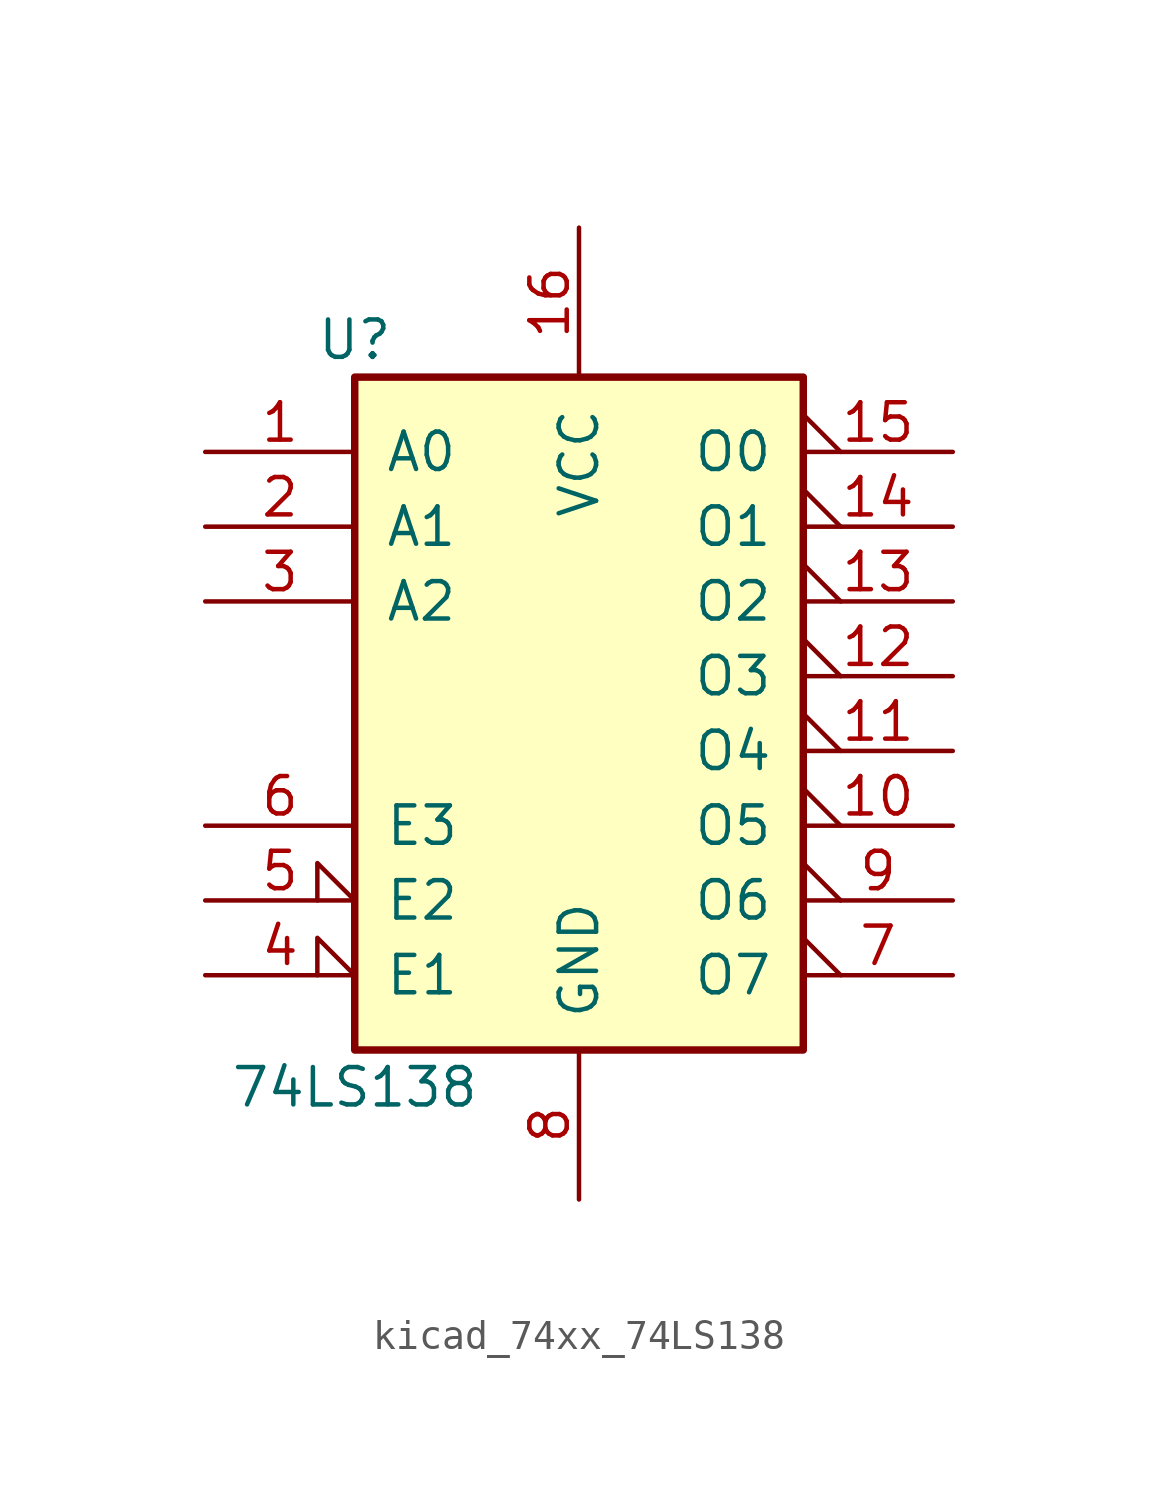
<source format=kicad_sym>
(kicad_symbol_lib
  (version 20220914)
  (generator kicad_symbol_editor)
  (symbol "kicad_74xx_74LS138"
    (pin_names
      (offset 1.016))
    (property "Reference" "U"
      (at -7.62 11.43 0)
      (effects (font (size 1.27 1.27))))
    (property "Value" "74LS138"
      (at -7.62 -13.97 0)
      (effects (font (size 1.27 1.27))))
    (property "ki_locked" ""
      (at 0 0 0)
      (effects (font (size 1.27 1.27))))
    (symbol "kicad_74xx_74LS138_1_0"
      (pin input line (at -12.7 7.62 0) (length 5.08) (name "A0" (effects (font (size 1.27 1.27)))) (number "1" (effects (font (size 1.27 1.27)))))
      (pin output output_low (at 12.7 -5.08 180) (length 5.08) (name "O5" (effects (font (size 1.27 1.27)))) (number "10" (effects (font (size 1.27 1.27)))))
      (pin output output_low (at 12.7 -2.54 180) (length 5.08) (name "O4" (effects (font (size 1.27 1.27)))) (number "11" (effects (font (size 1.27 1.27)))))
      (pin output output_low (at 12.7 0 180) (length 5.08) (name "O3" (effects (font (size 1.27 1.27)))) (number "12" (effects (font (size 1.27 1.27)))))
      (pin output output_low (at 12.7 2.54 180) (length 5.08) (name "O2" (effects (font (size 1.27 1.27)))) (number "13" (effects (font (size 1.27 1.27)))))
      (pin output output_low (at 12.7 5.08 180) (length 5.08) (name "O1" (effects (font (size 1.27 1.27)))) (number "14" (effects (font (size 1.27 1.27)))))
      (pin output output_low (at 12.7 7.62 180) (length 5.08) (name "O0" (effects (font (size 1.27 1.27)))) (number "15" (effects (font (size 1.27 1.27)))))
      (pin power_in line (at 0 15.24 270) (length 5.08) (name "VCC" (effects (font (size 1.27 1.27)))) (number "16" (effects (font (size 1.27 1.27)))))
      (pin input line (at -12.7 5.08 0) (length 5.08) (name "A1" (effects (font (size 1.27 1.27)))) (number "2" (effects (font (size 1.27 1.27)))))
      (pin input line (at -12.7 2.54 0) (length 5.08) (name "A2" (effects (font (size 1.27 1.27)))) (number "3" (effects (font (size 1.27 1.27)))))
      (pin input input_low (at -12.7 -10.16 0) (length 5.08) (name "E1" (effects (font (size 1.27 1.27)))) (number "4" (effects (font (size 1.27 1.27)))))
      (pin input input_low (at -12.7 -7.62 0) (length 5.08) (name "E2" (effects (font (size 1.27 1.27)))) (number "5" (effects (font (size 1.27 1.27)))))
      (pin input line (at -12.7 -5.08 0) (length 5.08) (name "E3" (effects (font (size 1.27 1.27)))) (number "6" (effects (font (size 1.27 1.27)))))
      (pin output output_low (at 12.7 -10.16 180) (length 5.08) (name "O7" (effects (font (size 1.27 1.27)))) (number "7" (effects (font (size 1.27 1.27)))))
      (pin power_in line (at 0 -17.78 90) (length 5.08) (name "GND" (effects (font (size 1.27 1.27)))) (number "8" (effects (font (size 1.27 1.27)))))
      (pin output output_low (at 12.7 -7.62 180) (length 5.08) (name "O6" (effects (font (size 1.27 1.27)))) (number "9" (effects (font (size 1.27 1.27))))))
    (symbol "kicad_74xx_74LS138_1_1"
      (rectangle (start -7.62 10.16) (end 7.62 -12.7) (stroke (width 0.254) (type default)) (fill (type background))))))
</source>
